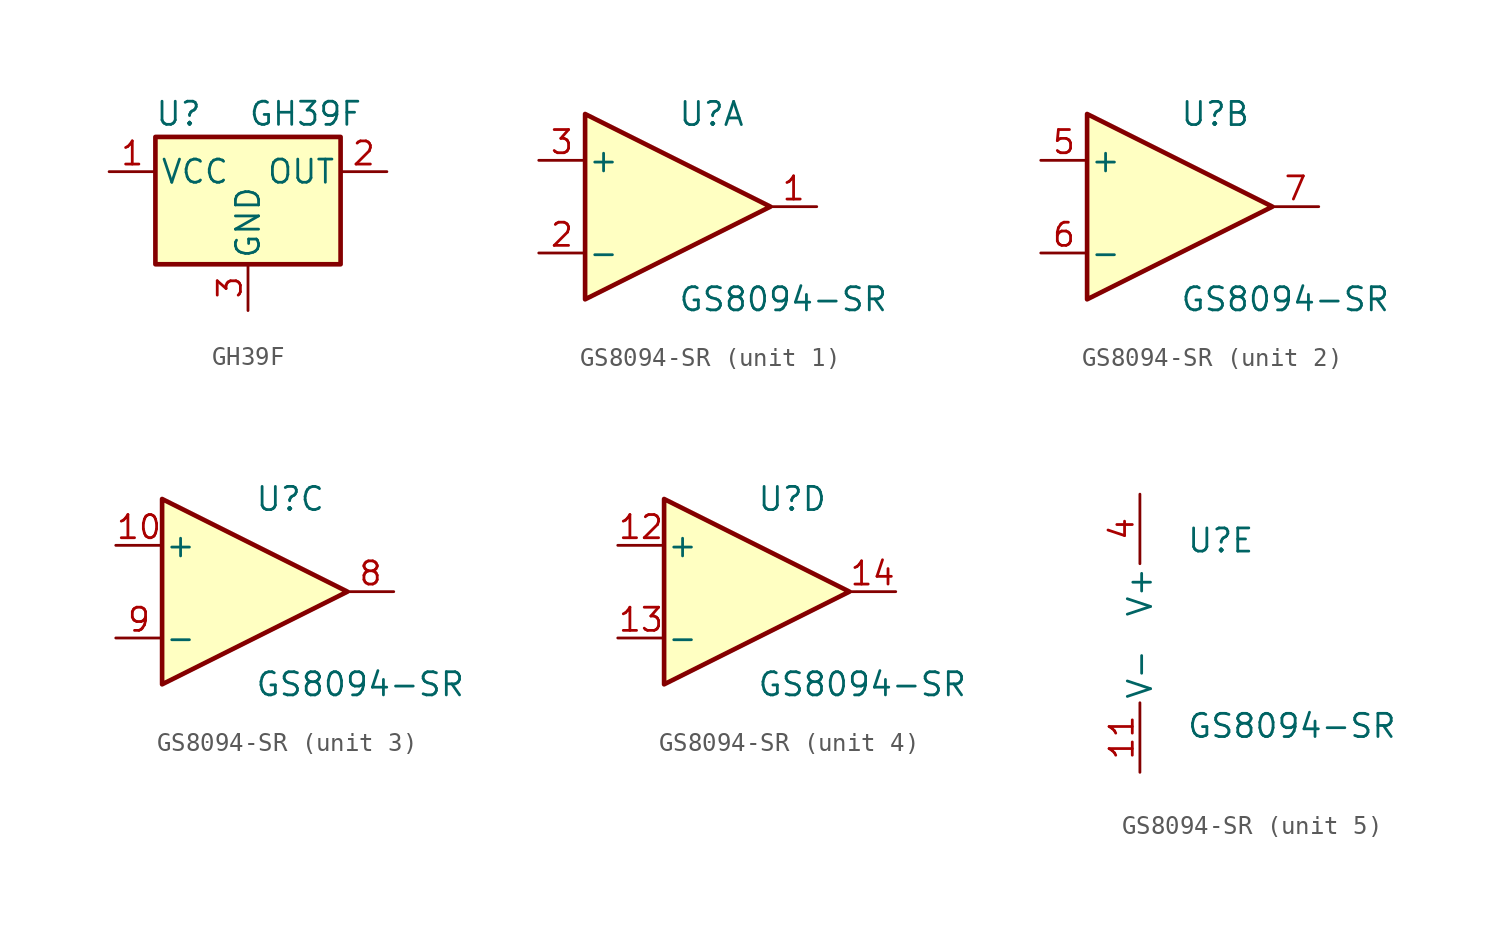
<source format=kicad_sym>
(kicad_symbol_lib
  (version 20241209)
  (generator "kicad_symbol_editor")
  (generator_version "9.0")
  (symbol "GH39F"
    (pin_names
      (offset 0.254))
    (property "Reference" "U"
      (at -3.81 3.175 0)
      (effects (font (size 1.27 1.27))))
    (property "Value" "GH39F"
      (at 0 3.175 0)
      (effects (font (size 1.27 1.27)) (justify left)))
    (symbol "GH39F_0_1"
      (rectangle (start -5.08 1.905) (end 5.08 -5.08) (stroke (width 0.254) (type default)) (fill (type background))))
    (symbol "GH39F_1_1"
      (pin power_in line (at -7.62 0 0) (length 2.54) (name "VCC" (effects (font (size 1.27 1.27)))) (number "1" (effects (font (size 1.27 1.27)))))
      (pin power_in line (at 0 -7.62 90) (length 2.54) (name "GND" (effects (font (size 1.27 1.27)))) (number "3" (effects (font (size 1.27 1.27)))))
      (pin output line (at 7.62 0 180) (length 2.54) (name "OUT" (effects (font (size 1.27 1.27)))) (number "2" (effects (font (size 1.27 1.27)))))))
  (symbol "GS8094-SR"
    (pin_names
      (offset 0.127))
    (property "Reference" "U"
      (at 0 5.08 0)
      (effects (font (size 1.27 1.27)) (justify left)))
    (property "Value" "GS8094-SR"
      (at 0 -5.08 0)
      (effects (font (size 1.27 1.27)) (justify left)))
    (property "ki_locked" ""
      (at 0 0 0)
      (effects (font (size 1.27 1.27))))
    (symbol "GS8094-SR_1_1"
      (polyline (pts (xy -5.08 5.08) (xy 5.08 0) (xy -5.08 -5.08) (xy -5.08 5.08)) (stroke (width 0.254) (type default)) (fill (type background)))
      (pin input line (at -7.62 2.54 0) (length 2.54) (name "+" (effects (font (size 1.27 1.27)))) (number "3" (effects (font (size 1.27 1.27)))))
      (pin input line (at -7.62 -2.54 0) (length 2.54) (name "-" (effects (font (size 1.27 1.27)))) (number "2" (effects (font (size 1.27 1.27)))))
      (pin output line (at 7.62 0 180) (length 2.54) (name "~" (effects (font (size 1.27 1.27)))) (number "1" (effects (font (size 1.27 1.27))))))
    (symbol "GS8094-SR_2_1"
      (polyline (pts (xy -5.08 5.08) (xy 5.08 0) (xy -5.08 -5.08) (xy -5.08 5.08)) (stroke (width 0.254) (type default)) (fill (type background)))
      (pin input line (at -7.62 2.54 0) (length 2.54) (name "+" (effects (font (size 1.27 1.27)))) (number "5" (effects (font (size 1.27 1.27)))))
      (pin input line (at -7.62 -2.54 0) (length 2.54) (name "-" (effects (font (size 1.27 1.27)))) (number "6" (effects (font (size 1.27 1.27)))))
      (pin output line (at 7.62 0 180) (length 2.54) (name "~" (effects (font (size 1.27 1.27)))) (number "7" (effects (font (size 1.27 1.27))))))
    (symbol "GS8094-SR_3_1"
      (polyline (pts (xy -5.08 5.08) (xy 5.08 0) (xy -5.08 -5.08) (xy -5.08 5.08)) (stroke (width 0.254) (type default)) (fill (type background)))
      (pin input line (at -7.62 2.54 0) (length 2.54) (name "+" (effects (font (size 1.27 1.27)))) (number "10" (effects (font (size 1.27 1.27)))))
      (pin input line (at -7.62 -2.54 0) (length 2.54) (name "-" (effects (font (size 1.27 1.27)))) (number "9" (effects (font (size 1.27 1.27)))))
      (pin output line (at 7.62 0 180) (length 2.54) (name "~" (effects (font (size 1.27 1.27)))) (number "8" (effects (font (size 1.27 1.27))))))
    (symbol "GS8094-SR_4_1"
      (polyline (pts (xy -5.08 5.08) (xy 5.08 0) (xy -5.08 -5.08) (xy -5.08 5.08)) (stroke (width 0.254) (type default)) (fill (type background)))
      (pin input line (at -7.62 2.54 0) (length 2.54) (name "+" (effects (font (size 1.27 1.27)))) (number "12" (effects (font (size 1.27 1.27)))))
      (pin input line (at -7.62 -2.54 0) (length 2.54) (name "-" (effects (font (size 1.27 1.27)))) (number "13" (effects (font (size 1.27 1.27)))))
      (pin output line (at 7.62 0 180) (length 2.54) (name "~" (effects (font (size 1.27 1.27)))) (number "14" (effects (font (size 1.27 1.27))))))
    (symbol "GS8094-SR_5_1"
      (pin power_in line (at -2.54 7.62 270) (length 3.81) (name "V+" (effects (font (size 1.27 1.27)))) (number "4" (effects (font (size 1.27 1.27)))))
      (pin power_in line (at -2.54 -7.62 90) (length 3.81) (name "V-" (effects (font (size 1.27 1.27)))) (number "11" (effects (font (size 1.27 1.27))))))))
</source>
